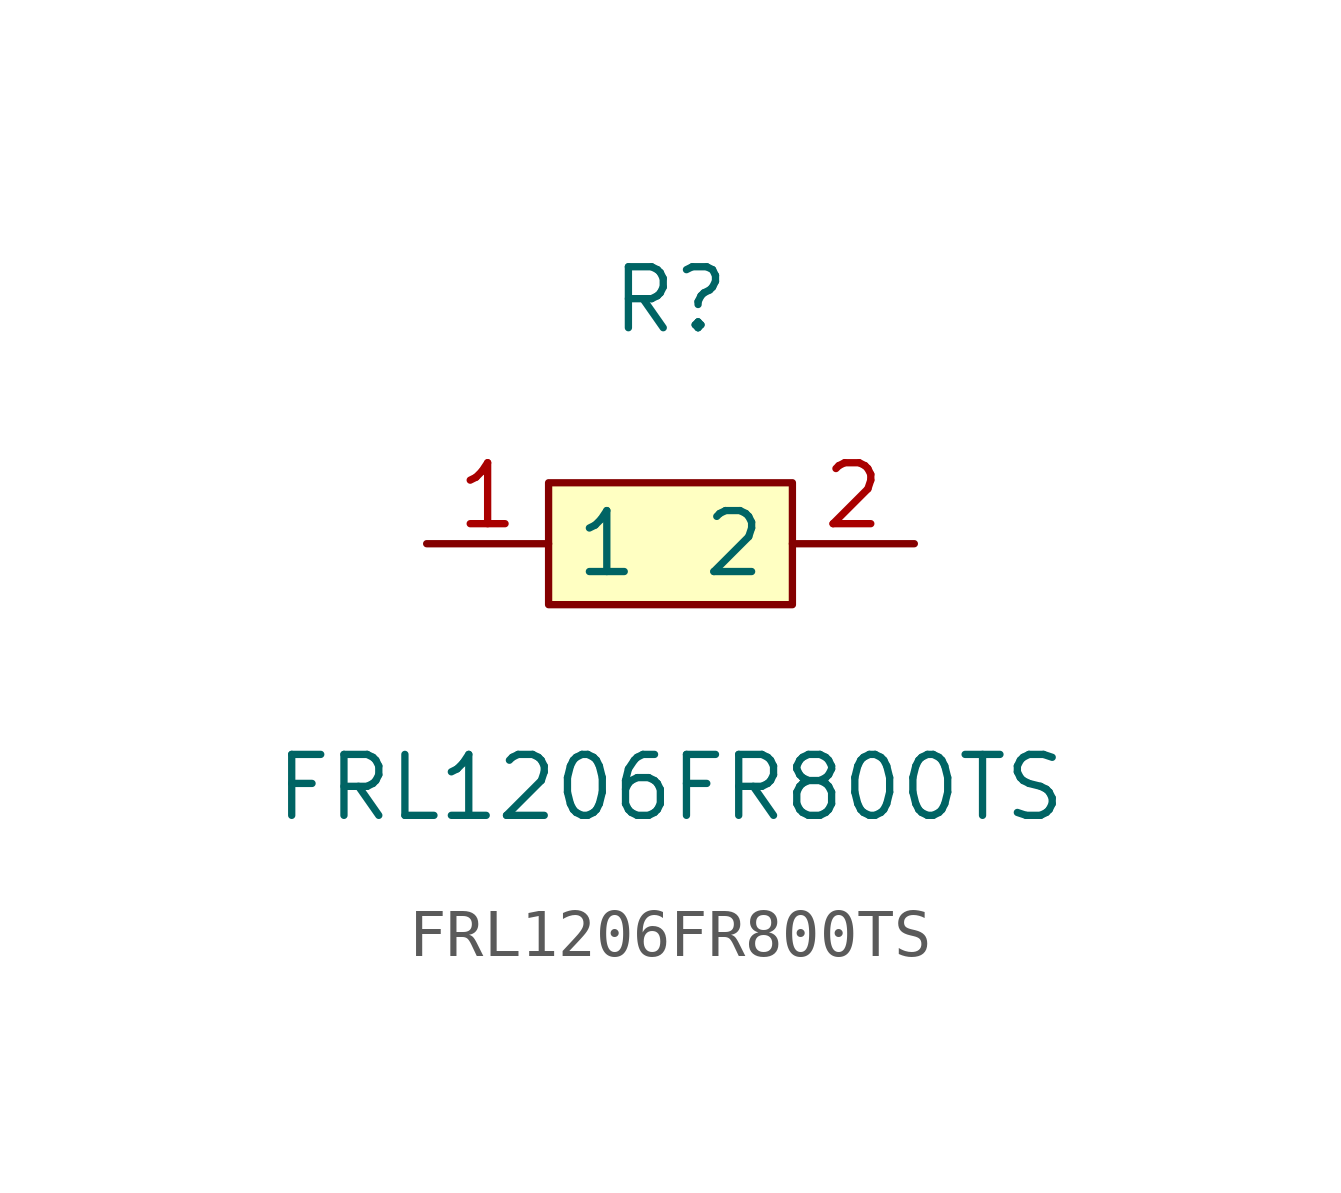
<source format=kicad_sym>
(kicad_symbol_lib
  (version 1)
  (generator "faebryk")
  (symbol "FRL1206FR800TS"
    (property "Reference" "R"
      (at 0 5.08 0)
      (effects (font (size 1.27 1.27)) (hide no)))
    (property "Value" "FRL1206FR800TS"
      (at 0 -5.08 0)
      (effects (font (size 1.27 1.27)) (hide no)))
    (symbol "FRL1206FR800TS_0_1"
      (rectangle (start -2.54 1.27) (end 2.54 -1.27) (stroke (width 0) (type default) (color 0 0 0 0)) (fill (type background)))
      (pin unspecified line (at 5.08 0 180) (length 2.54) (name "2" (effects (font (size 1.27 1.27)) (hide no))) (number "2" (effects (font (size 1.27 1.27)) (hide no))))
      (pin unspecified line (at -5.08 0 0) (length 2.54) (name "1" (effects (font (size 1.27 1.27)) (hide no))) (number "1" (effects (font (size 1.27 1.27)) (hide no)))))))
</source>
